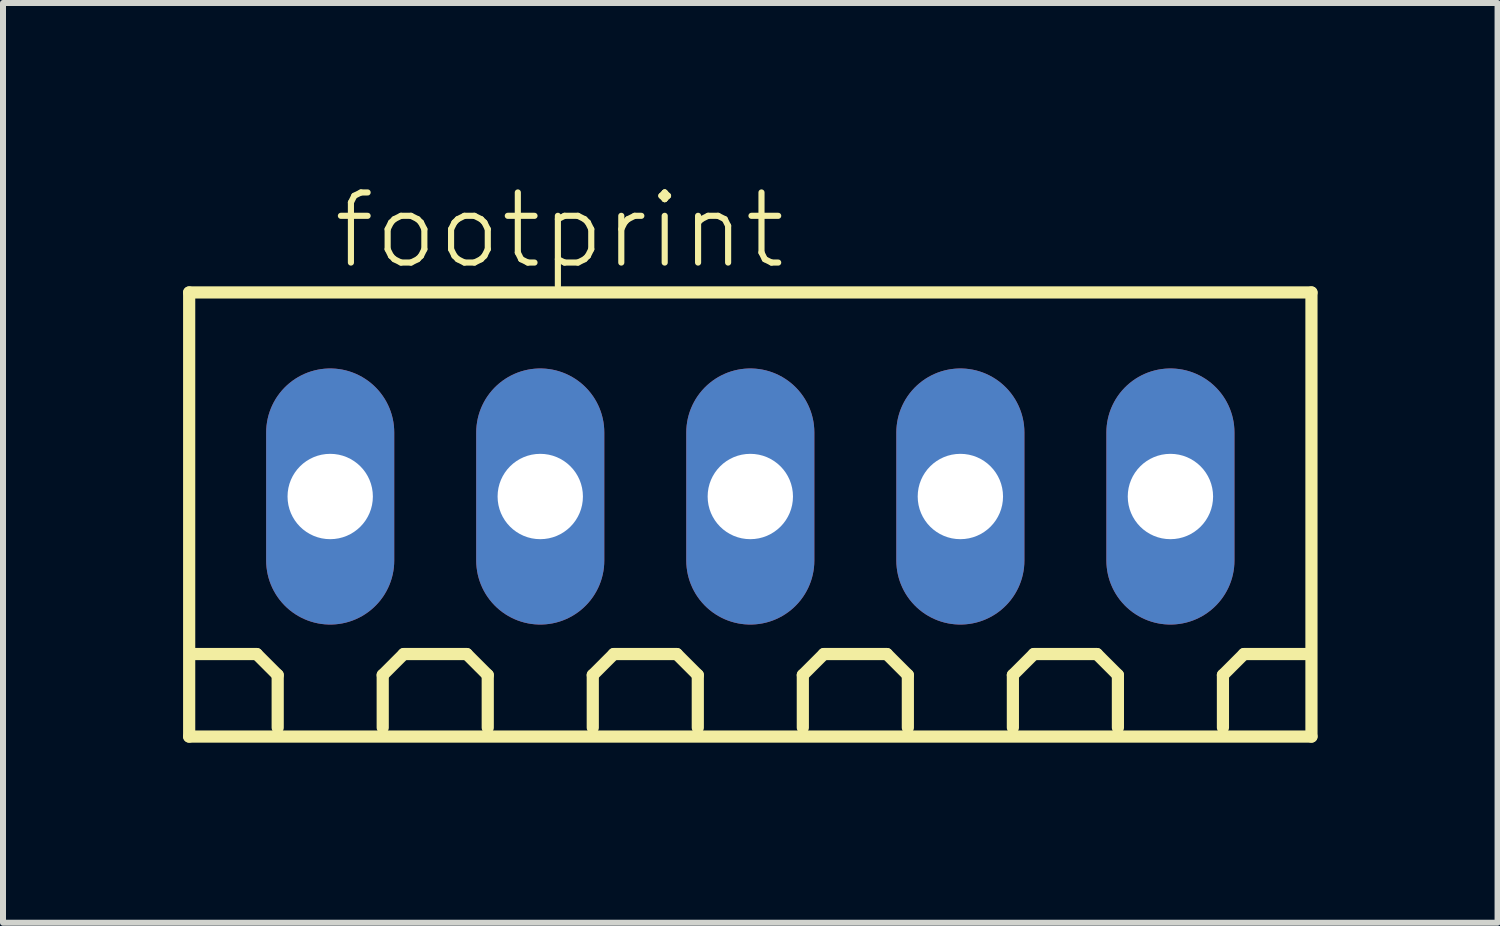
<source format=kicad_pcb>
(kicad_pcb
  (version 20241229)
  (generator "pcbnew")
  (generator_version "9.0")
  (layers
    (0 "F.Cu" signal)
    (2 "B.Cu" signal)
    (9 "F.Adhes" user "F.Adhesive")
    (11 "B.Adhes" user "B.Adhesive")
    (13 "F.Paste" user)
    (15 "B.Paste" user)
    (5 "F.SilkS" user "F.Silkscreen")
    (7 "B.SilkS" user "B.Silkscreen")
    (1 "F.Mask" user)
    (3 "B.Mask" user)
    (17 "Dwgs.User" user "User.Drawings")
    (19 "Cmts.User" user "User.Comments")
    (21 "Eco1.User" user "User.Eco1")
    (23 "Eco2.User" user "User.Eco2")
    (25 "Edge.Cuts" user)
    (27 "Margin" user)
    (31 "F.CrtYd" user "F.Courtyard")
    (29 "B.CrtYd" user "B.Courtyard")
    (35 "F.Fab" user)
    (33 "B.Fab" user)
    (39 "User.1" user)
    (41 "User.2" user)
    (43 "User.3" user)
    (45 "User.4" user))
  (footprint "footprint"
    (layer "F.Cu")
    (at 9.452 5.223)
    (property "Reference" "footprint" (at -7 -3.75 0) (layer "F.SilkS") (effects (font (size 1.168 1.168) (thickness 0.102)) (justify left bottom)))
    (fp_line (start -9.35 -3.4) (end 9.35 -3.4) (stroke (width 0.203) (type solid)) (layer "F.SilkS"))
    (fp_line (start -9.35 4) (end -9.35 -3.4) (stroke (width 0.203) (type solid)) (layer "F.SilkS"))
    (fp_line (start -8.225 2.625) (end -9.275 2.625) (stroke (width 0.203) (type solid)) (layer "F.SilkS"))
    (fp_line (start -7.875 2.975) (end -8.225 2.625) (stroke (width 0.203) (type solid)) (layer "F.SilkS"))
    (fp_line (start -7.875 3.85) (end -7.875 2.975) (stroke (width 0.203) (type solid)) (layer "F.SilkS"))
    (fp_line (start -6.125 2.975) (end -5.775 2.625) (stroke (width 0.203) (type solid)) (layer "F.SilkS"))
    (fp_line (start -6.125 3.85) (end -6.125 2.975) (stroke (width 0.203) (type solid)) (layer "F.SilkS"))
    (fp_line (start -5.775 2.625) (end -4.725 2.625) (stroke (width 0.203) (type solid)) (layer "F.SilkS"))
    (fp_line (start -4.725 2.625) (end -4.375 2.975) (stroke (width 0.203) (type solid)) (layer "F.SilkS"))
    (fp_line (start -4.375 2.975) (end -4.375 3.85) (stroke (width 0.203) (type solid)) (layer "F.SilkS"))
    (fp_line (start -2.625 2.975) (end -2.275 2.625) (stroke (width 0.203) (type solid)) (layer "F.SilkS"))
    (fp_line (start -2.625 3.85) (end -2.625 2.975) (stroke (width 0.203) (type solid)) (layer "F.SilkS"))
    (fp_line (start -2.275 2.625) (end -1.225 2.625) (stroke (width 0.203) (type solid)) (layer "F.SilkS"))
    (fp_line (start -1.225 2.625) (end -0.875 2.975) (stroke (width 0.203) (type solid)) (layer "F.SilkS"))
    (fp_line (start -0.875 2.975) (end -0.875 3.85) (stroke (width 0.203) (type solid)) (layer "F.SilkS"))
    (fp_line (start 0.875 2.975) (end 1.225 2.625) (stroke (width 0.203) (type solid)) (layer "F.SilkS"))
    (fp_line (start 0.875 3.85) (end 0.875 2.975) (stroke (width 0.203) (type solid)) (layer "F.SilkS"))
    (fp_line (start 1.225 2.625) (end 2.275 2.625) (stroke (width 0.203) (type solid)) (layer "F.SilkS"))
    (fp_line (start 2.275 2.625) (end 2.625 2.975) (stroke (width 0.203) (type solid)) (layer "F.SilkS"))
    (fp_line (start 2.625 2.975) (end 2.625 3.85) (stroke (width 0.203) (type solid)) (layer "F.SilkS"))
    (fp_line (start 4.375 2.975) (end 4.725 2.625) (stroke (width 0.203) (type solid)) (layer "F.SilkS"))
    (fp_line (start 4.375 3.85) (end 4.375 2.975) (stroke (width 0.203) (type solid)) (layer "F.SilkS"))
    (fp_line (start 4.725 2.625) (end 5.775 2.625) (stroke (width 0.203) (type solid)) (layer "F.SilkS"))
    (fp_line (start 5.775 2.625) (end 6.125 2.975) (stroke (width 0.203) (type solid)) (layer "F.SilkS"))
    (fp_line (start 6.125 2.975) (end 6.125 3.85) (stroke (width 0.203) (type solid)) (layer "F.SilkS"))
    (fp_line (start 7.875 2.975) (end 8.225 2.625) (stroke (width 0.203) (type solid)) (layer "F.SilkS"))
    (fp_line (start 7.875 3.85) (end 7.875 2.975) (stroke (width 0.203) (type solid)) (layer "F.SilkS"))
    (fp_line (start 8.225 2.625) (end 9.275 2.625) (stroke (width 0.203) (type solid)) (layer "F.SilkS"))
    (fp_line (start 9.35 -3.4) (end 9.35 4) (stroke (width 0.203) (type solid)) (layer "F.SilkS"))
    (fp_line (start 9.35 4) (end -9.35 4) (stroke (width 0.203) (type solid)) (layer "F.SilkS"))
    (pad "1" thru_hole oval (at -7 0 90) (size 4.267 2.134) (drill 1.422) (layers "*.Cu" "*.Mask"))
    (pad "2" thru_hole oval (at -3.5 0 90) (size 4.267 2.134) (drill 1.422) (layers "*.Cu" "*.Mask"))
    (pad "3" thru_hole oval (at 0 0 90) (size 4.267 2.134) (drill 1.422) (layers "*.Cu" "*.Mask"))
    (pad "4" thru_hole oval (at 3.5 0 90) (size 4.267 2.134) (drill 1.422) (layers "*.Cu" "*.Mask"))
    (pad "5" thru_hole oval (at 7 0 90) (size 4.267 2.134) (drill 1.422) (layers "*.Cu" "*.Mask")))
  (gr_rect
    (start -3 -3)
    (end 21.903 12.325)
    (stroke (width 0.1) (type default))
    (fill no)
    (layer "Edge.Cuts")))
</source>
